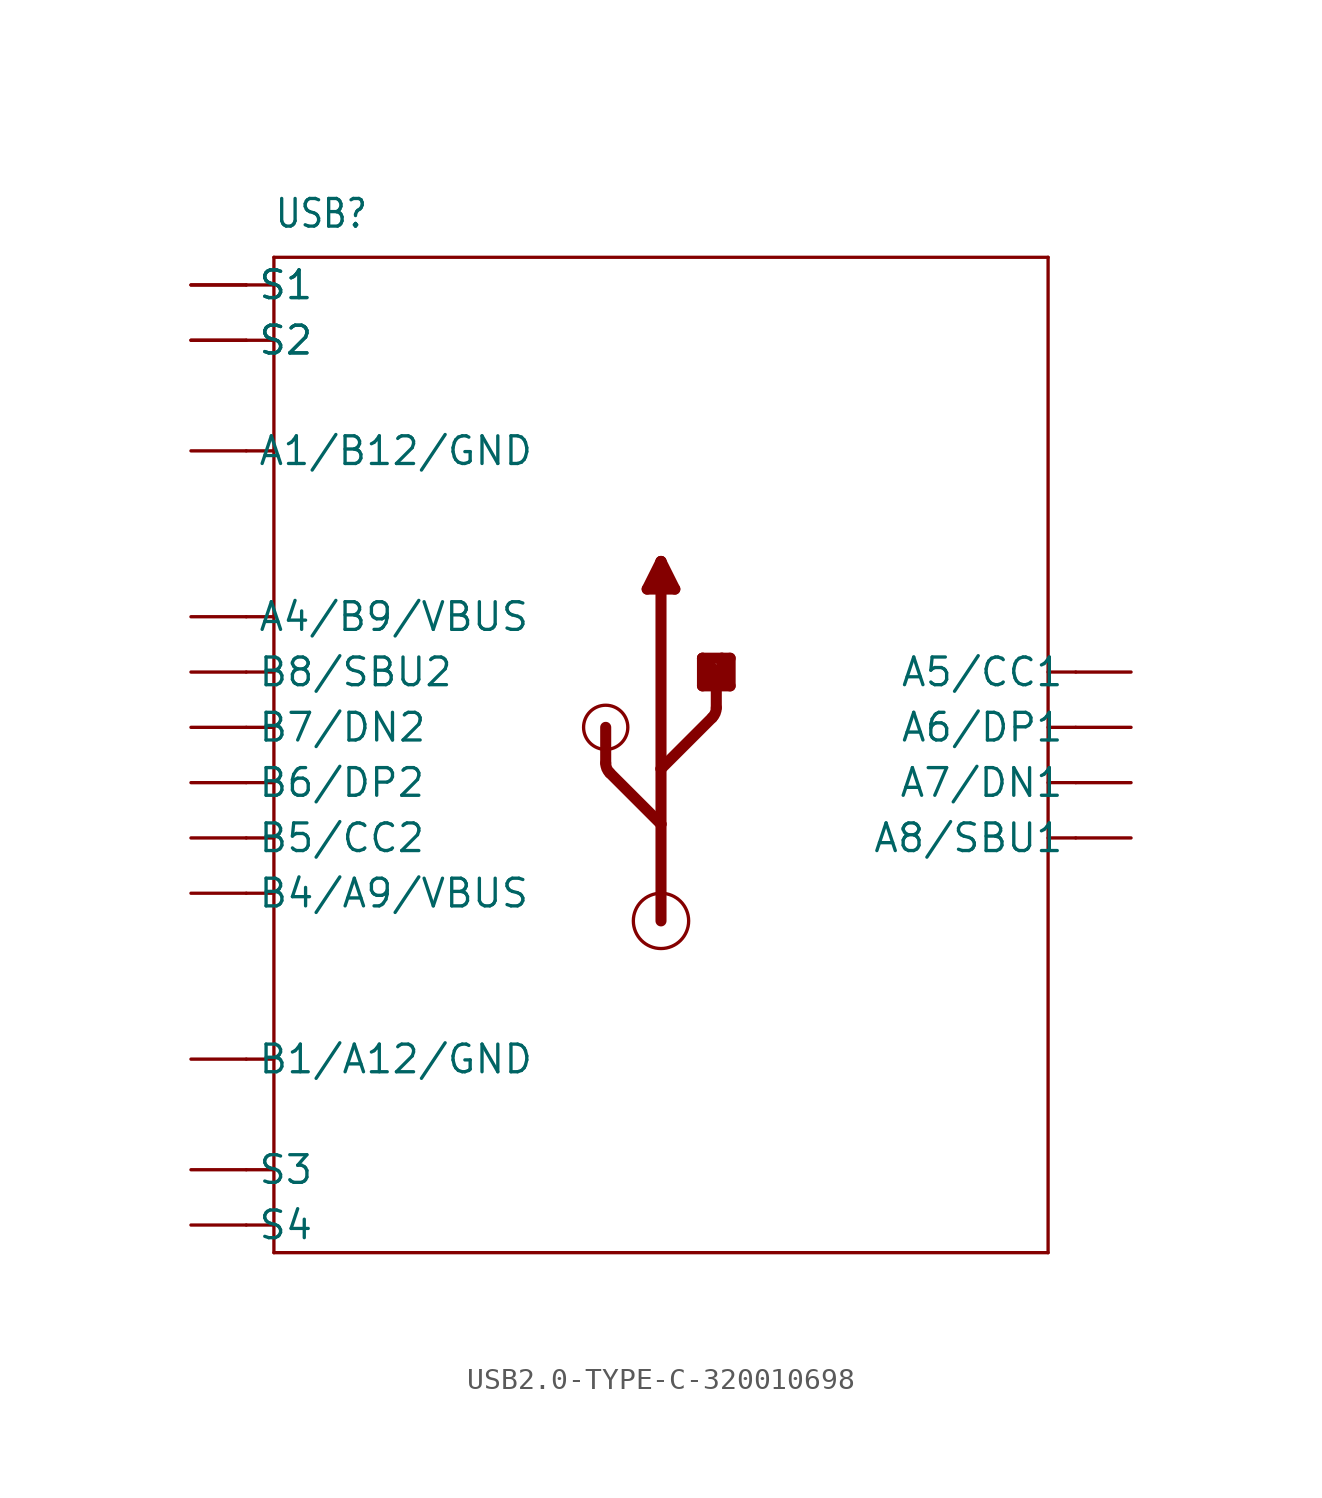
<source format=kicad_sym>
(kicad_symbol_lib
  (version 20220914)
  (generator kicad_symbol_editor)
  (symbol "USB2.0-TYPE-C-320010698"
    (property "Reference" "USB"
      (at -17.78 24.13 0)
      (effects (font (size 1.27 1.079)) (justify left bottom)))
    (property "Value" ""
      (at -17.78 22.86 0)
      (effects (font (size 1.27 1.079)) (justify left bottom)))
    (property "ki_locked" ""
      (at 0 0 0)
      (effects (font (size 1.27 1.27))))
    (symbol "USB2.0-TYPE-C-320010698_1_0"
      (arc (start -2.5401 -0.3719) (mid -2.4917 -0.6149) (end -2.354 -0.8209) (stroke (width 0.508) (type solid)) (fill (type none)))
      (circle (center -2.54 1.27) (radius 1.016) (stroke (width 0) (type solid)) (fill (type none)))
      (circle (center 0 -7.62) (radius 1.27) (stroke (width 0) (type solid)) (fill (type none)))
      (polyline (pts (xy -19.05 -21.59) (xy -17.78 -21.59)) (stroke (width 0.152) (type solid)) (fill (type none)))
      (polyline (pts (xy -19.05 -19.05) (xy -17.78 -19.05)) (stroke (width 0.152) (type solid)) (fill (type none)))
      (polyline (pts (xy -19.05 -13.97) (xy -17.78 -13.97)) (stroke (width 0.152) (type solid)) (fill (type none)))
      (polyline (pts (xy -19.05 -6.35) (xy -17.78 -6.35)) (stroke (width 0.152) (type solid)) (fill (type none)))
      (polyline (pts (xy -19.05 -3.81) (xy -17.78 -3.81)) (stroke (width 0.152) (type solid)) (fill (type none)))
      (polyline (pts (xy -19.05 -1.27) (xy -17.78 -1.27)) (stroke (width 0.152) (type solid)) (fill (type none)))
      (polyline (pts (xy -19.05 1.27) (xy -17.78 1.27)) (stroke (width 0.152) (type solid)) (fill (type none)))
      (polyline (pts (xy -19.05 3.81) (xy -17.78 3.81)) (stroke (width 0.152) (type solid)) (fill (type none)))
      (polyline (pts (xy -19.05 6.35) (xy -17.78 6.35)) (stroke (width 0.152) (type solid)) (fill (type none)))
      (polyline (pts (xy -19.05 13.97) (xy -17.78 13.97)) (stroke (width 0.152) (type solid)) (fill (type none)))
      (polyline (pts (xy -19.05 19.05) (xy -17.78 19.05)) (stroke (width 0.152) (type solid)) (fill (type none)))
      (polyline (pts (xy -19.05 21.59) (xy -17.78 21.59)) (stroke (width 0.152) (type solid)) (fill (type none)))
      (polyline (pts (xy -17.78 -22.86) (xy -17.78 -21.59)) (stroke (width 0.152) (type solid)) (fill (type none)))
      (polyline (pts (xy -17.78 -21.59) (xy -17.78 -19.05)) (stroke (width 0.152) (type solid)) (fill (type none)))
      (polyline (pts (xy -17.78 -19.05) (xy -17.78 6.35)) (stroke (width 0.152) (type solid)) (fill (type none)))
      (polyline (pts (xy -17.78 6.35) (xy -17.78 13.97)) (stroke (width 0.152) (type solid)) (fill (type none)))
      (polyline (pts (xy -17.78 13.97) (xy -17.78 19.05)) (stroke (width 0.152) (type solid)) (fill (type none)))
      (polyline (pts (xy -17.78 19.05) (xy -17.78 21.59)) (stroke (width 0.152) (type solid)) (fill (type none)))
      (polyline (pts (xy -17.78 21.59) (xy -17.78 22.86)) (stroke (width 0.152) (type solid)) (fill (type none)))
      (polyline (pts (xy -17.78 22.86) (xy 17.78 22.86)) (stroke (width 0.152) (type solid)) (fill (type none)))
      (polyline (pts (xy -2.54 -0.372) (xy -2.54 1.27)) (stroke (width 0.508) (type solid)) (fill (type none)))
      (polyline (pts (xy -0.635 7.62) (xy 0.635 7.62)) (stroke (width 0.508) (type solid)) (fill (type none)))
      (polyline (pts (xy 0 -7.62) (xy 0 -3.175)) (stroke (width 0.508) (type solid)) (fill (type none)))
      (polyline (pts (xy 0 -3.175) (xy -2.354 -0.821)) (stroke (width 0.508) (type solid)) (fill (type none)))
      (polyline (pts (xy 0 -3.175) (xy 0 -0.635)) (stroke (width 0.508) (type solid)) (fill (type none)))
      (polyline (pts (xy 0 -0.635) (xy 0 8.89)) (stroke (width 0.508) (type solid)) (fill (type none)))
      (polyline (pts (xy 0 -0.635) (xy 2.354 1.719)) (stroke (width 0.508) (type solid)) (fill (type none)))
      (polyline (pts (xy 0 8.89) (xy -0.635 7.62)) (stroke (width 0.508) (type solid)) (fill (type none)))
      (polyline (pts (xy 0.635 7.62) (xy 0 8.89)) (stroke (width 0.508) (type solid)) (fill (type none)))
      (polyline (pts (xy 1.905 3.175) (xy 1.905 4.445)) (stroke (width 0.508) (type solid)) (fill (type none)))
      (polyline (pts (xy 1.905 4.445) (xy 2.794 4.445)) (stroke (width 0.508) (type solid)) (fill (type none)))
      (polyline (pts (xy 2.159 3.302) (xy 2.159 3.81)) (stroke (width 0.508) (type solid)) (fill (type none)))
      (polyline (pts (xy 2.54 2.168) (xy 2.54 3.81)) (stroke (width 0.508) (type solid)) (fill (type none)))
      (polyline (pts (xy 2.54 3.81) (xy 1.905 4.445)) (stroke (width 0.508) (type solid)) (fill (type none)))
      (polyline (pts (xy 2.794 3.302) (xy 2.159 3.302)) (stroke (width 0.508) (type solid)) (fill (type none)))
      (polyline (pts (xy 2.794 4.445) (xy 2.794 3.302)) (stroke (width 0.508) (type solid)) (fill (type none)))
      (polyline (pts (xy 2.794 4.445) (xy 3.175 4.445)) (stroke (width 0.508) (type solid)) (fill (type none)))
      (polyline (pts (xy 3.175 3.175) (xy 1.905 3.175)) (stroke (width 0.508) (type solid)) (fill (type none)))
      (polyline (pts (xy 3.175 4.445) (xy 3.175 3.175)) (stroke (width 0.508) (type solid)) (fill (type none)))
      (polyline (pts (xy 17.78 -22.86) (xy -17.78 -22.86)) (stroke (width 0.152) (type solid)) (fill (type none)))
      (polyline (pts (xy 17.78 22.86) (xy 17.78 -22.86)) (stroke (width 0.152) (type solid)) (fill (type none)))
      (polyline (pts (xy 19.05 -3.81) (xy 17.78 -3.81)) (stroke (width 0.152) (type solid)) (fill (type none)))
      (polyline (pts (xy 19.05 -1.27) (xy 17.78 -1.27)) (stroke (width 0.152) (type solid)) (fill (type none)))
      (polyline (pts (xy 19.05 1.27) (xy 17.78 1.27)) (stroke (width 0.152) (type solid)) (fill (type none)))
      (polyline (pts (xy 19.05 3.81) (xy 17.78 3.81)) (stroke (width 0.152) (type solid)) (fill (type none)))
      (arc (start 2.354 1.719) (mid 2.4916 1.925) (end 2.54 2.168) (stroke (width 0.508) (type solid)) (fill (type none)))
      (pin bidirectional line (at -21.59 13.97 0) (length 2.54) (name "A1/B12/GND" (effects (font (size 1.27 1.27)))) (number "A1_B12" (effects (font (size 0 0)))))
      (pin bidirectional line (at -21.59 6.35 0) (length 2.54) (name "A4/B9/VBUS" (effects (font (size 1.27 1.27)))) (number "A4_B9" (effects (font (size 0 0)))))
      (pin bidirectional line (at 21.59 3.81 180) (length 2.54) (name "A5/CC1" (effects (font (size 1.27 1.27)))) (number "A5" (effects (font (size 0 0)))))
      (pin bidirectional line (at 21.59 1.27 180) (length 2.54) (name "A6/DP1" (effects (font (size 1.27 1.27)))) (number "A6" (effects (font (size 0 0)))))
      (pin bidirectional line (at 21.59 -1.27 180) (length 2.54) (name "A7/DN1" (effects (font (size 1.27 1.27)))) (number "A7" (effects (font (size 0 0)))))
      (pin bidirectional line (at 21.59 -3.81 180) (length 2.54) (name "A8/SBU1" (effects (font (size 1.27 1.27)))) (number "A8" (effects (font (size 0 0)))))
      (pin bidirectional line (at -21.59 -13.97 0) (length 2.54) (name "B1/A12/GND" (effects (font (size 1.27 1.27)))) (number "B1_A12" (effects (font (size 0 0)))))
      (pin bidirectional line (at -21.59 -6.35 0) (length 2.54) (name "B4/A9/VBUS" (effects (font (size 1.27 1.27)))) (number "B4_A9" (effects (font (size 0 0)))))
      (pin bidirectional line (at -21.59 -3.81 0) (length 2.54) (name "B5/CC2" (effects (font (size 1.27 1.27)))) (number "B5" (effects (font (size 0 0)))))
      (pin bidirectional line (at -21.59 -1.27 0) (length 2.54) (name "B6/DP2" (effects (font (size 1.27 1.27)))) (number "B6" (effects (font (size 0 0)))))
      (pin bidirectional line (at -21.59 1.27 0) (length 2.54) (name "B7/DN2" (effects (font (size 1.27 1.27)))) (number "B7" (effects (font (size 0 0)))))
      (pin bidirectional line (at -21.59 3.81 0) (length 2.54) (name "B8/SBU2" (effects (font (size 1.27 1.27)))) (number "B8" (effects (font (size 0 0)))))
      (pin bidirectional line (at -21.59 21.59 0) (length 2.54) (name "S1" (effects (font (size 1.27 1.27)))) (number "S1" (effects (font (size 0 0)))))
      (pin bidirectional line (at -21.59 19.05 0) (length 2.54) (name "S2" (effects (font (size 1.27 1.27)))) (number "S2" (effects (font (size 0 0)))))
      (pin bidirectional line (at -21.59 -19.05 0) (length 2.54) (name "S3" (effects (font (size 1.27 1.27)))) (number "S3" (effects (font (size 0 0)))))
      (pin bidirectional line (at -21.59 -21.59 0) (length 2.54) (name "S4" (effects (font (size 1.27 1.27)))) (number "S4" (effects (font (size 0 0)))))
      (pin bidirectional line (at -21.59 21.59 0) (length 2.54) (name "S1" (effects (font (size 1.27 1.27)))) (number "S5" (effects (font (size 0 0)))))
      (pin bidirectional line (at -21.59 19.05 0) (length 2.54) (name "S2" (effects (font (size 1.27 1.27)))) (number "S6" (effects (font (size 0 0))))))))
</source>
